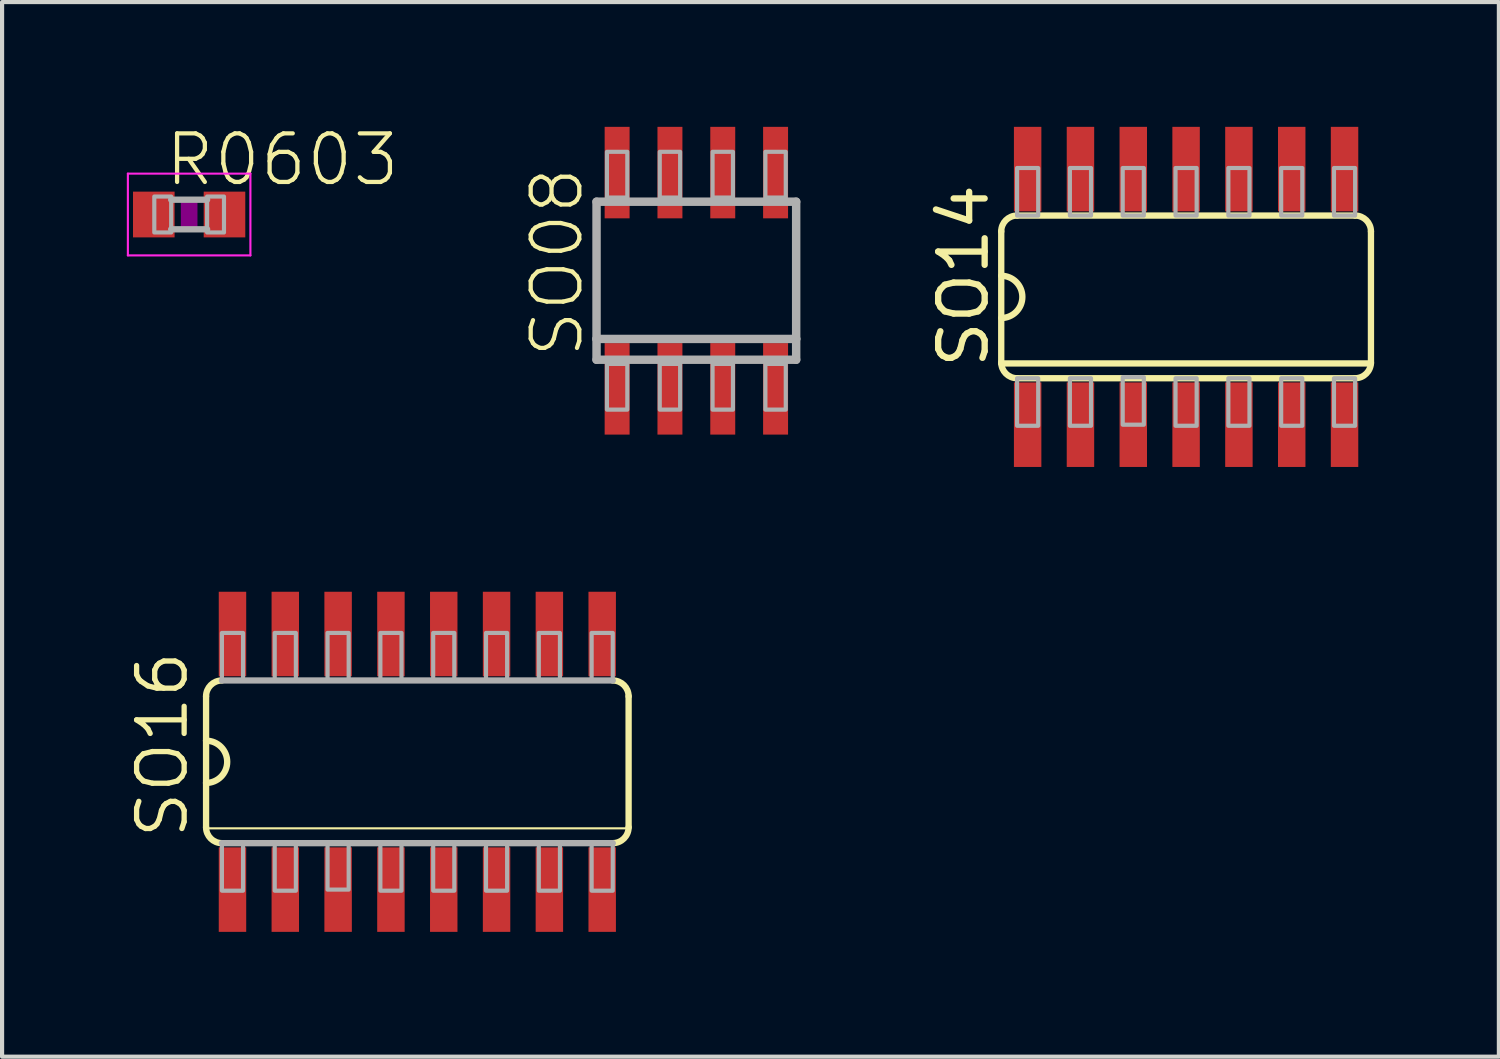
<source format=kicad_pcb>
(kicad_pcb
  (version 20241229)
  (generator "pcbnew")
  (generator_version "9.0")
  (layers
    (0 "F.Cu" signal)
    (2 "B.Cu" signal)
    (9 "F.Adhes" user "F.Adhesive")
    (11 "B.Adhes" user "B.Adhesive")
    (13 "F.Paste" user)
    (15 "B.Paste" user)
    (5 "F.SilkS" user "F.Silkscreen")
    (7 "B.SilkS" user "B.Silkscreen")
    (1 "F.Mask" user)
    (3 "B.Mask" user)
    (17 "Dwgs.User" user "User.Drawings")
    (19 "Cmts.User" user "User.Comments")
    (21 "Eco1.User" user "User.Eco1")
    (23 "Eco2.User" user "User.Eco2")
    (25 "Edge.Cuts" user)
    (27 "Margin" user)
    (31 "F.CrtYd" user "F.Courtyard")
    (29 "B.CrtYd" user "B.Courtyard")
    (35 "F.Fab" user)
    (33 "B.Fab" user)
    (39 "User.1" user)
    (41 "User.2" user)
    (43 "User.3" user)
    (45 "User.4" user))
  (footprint "SO14"
    (layer "F.Cu")
    (at 25.47 4.089)
    (property "Reference" "SO14" (at -4.699 1.778 90) (layer "F.SilkS") (effects (font (size 1.118 1.118) (thickness 0.152)) (justify left bottom)))
    (fp_line (start -4.445 -1.575) (end -4.445 1.575) (stroke (width 0.152) (type solid)) (layer "F.SilkS"))
    (fp_line (start -4.445 1.6) (end 4.445 1.6) (stroke (width 0.152) (type solid)) (layer "F.SilkS"))
    (fp_line (start -4.064 1.956) (end 4.064 1.956) (stroke (width 0.152) (type solid)) (layer "F.SilkS"))
    (fp_line (start 4.064 -1.956) (end -4.064 -1.956) (stroke (width 0.152) (type solid)) (layer "F.SilkS"))
    (fp_line (start 4.445 1.575) (end 4.445 -1.575) (stroke (width 0.152) (type solid)) (layer "F.SilkS"))
    (fp_arc (start -4.445 -1.5748) (mid -4.333408 -1.844208) (end -4.064 -1.9558) (stroke (width 0.1524) (type solid)) (layer "F.SilkS"))
    (fp_arc (start -4.445 -0.508) (mid -3.937 0) (end -4.445 0.508) (stroke (width 0.1524) (type solid)) (layer "F.SilkS"))
    (fp_arc (start -4.064 1.9558) (mid -4.333408 1.844208) (end -4.445 1.5748) (stroke (width 0.1524) (type solid)) (layer "F.SilkS"))
    (fp_arc (start 4.064 -1.9558) (mid 4.333408 -1.844208) (end 4.445 -1.5748) (stroke (width 0.1524) (type solid)) (layer "F.SilkS"))
    (fp_arc (start 4.445 1.5748) (mid 4.333408 1.844208) (end 4.064 1.9558) (stroke (width 0.1524) (type solid)) (layer "F.SilkS"))
    (fp_poly (pts (xy -4.064 -1.956) (xy -3.556 -1.956) (xy -3.556 -3.099) (xy -4.064 -3.099)) (stroke (width 0.1) (type solid)) (fill no) (layer "F.Fab"))
    (fp_poly (pts (xy -4.064 3.099) (xy -3.556 3.099) (xy -3.556 1.956) (xy -4.064 1.956)) (stroke (width 0.1) (type solid)) (fill no) (layer "F.Fab"))
    (fp_poly (pts (xy -2.794 -1.956) (xy -2.286 -1.956) (xy -2.286 -3.099) (xy -2.794 -3.099)) (stroke (width 0.1) (type solid)) (fill no) (layer "F.Fab"))
    (fp_poly (pts (xy -2.794 3.099) (xy -2.286 3.099) (xy -2.286 1.956) (xy -2.794 1.956)) (stroke (width 0.1) (type solid)) (fill no) (layer "F.Fab"))
    (fp_poly (pts (xy -1.524 -1.956) (xy -1.016 -1.956) (xy -1.016 -3.099) (xy -1.524 -3.099)) (stroke (width 0.1) (type solid)) (fill no) (layer "F.Fab"))
    (fp_poly (pts (xy -1.524 3.073) (xy -1.016 3.073) (xy -1.016 1.93) (xy -1.524 1.93)) (stroke (width 0.1) (type solid)) (fill no) (layer "F.Fab"))
    (fp_poly (pts (xy -0.254 -1.956) (xy 0.254 -1.956) (xy 0.254 -3.099) (xy -0.254 -3.099)) (stroke (width 0.1) (type solid)) (fill no) (layer "F.Fab"))
    (fp_poly (pts (xy -0.254 3.099) (xy 0.254 3.099) (xy 0.254 1.956) (xy -0.254 1.956)) (stroke (width 0.1) (type solid)) (fill no) (layer "F.Fab"))
    (fp_poly (pts (xy 1.016 -1.956) (xy 1.524 -1.956) (xy 1.524 -3.099) (xy 1.016 -3.099)) (stroke (width 0.1) (type solid)) (fill no) (layer "F.Fab"))
    (fp_poly (pts (xy 1.016 3.099) (xy 1.524 3.099) (xy 1.524 1.956) (xy 1.016 1.956)) (stroke (width 0.1) (type solid)) (fill no) (layer "F.Fab"))
    (fp_poly (pts (xy 2.286 -1.956) (xy 2.794 -1.956) (xy 2.794 -3.099) (xy 2.286 -3.099)) (stroke (width 0.1) (type solid)) (fill no) (layer "F.Fab"))
    (fp_poly (pts (xy 2.286 3.099) (xy 2.794 3.099) (xy 2.794 1.956) (xy 2.286 1.956)) (stroke (width 0.1) (type solid)) (fill no) (layer "F.Fab"))
    (fp_poly (pts (xy 3.556 -1.956) (xy 4.064 -1.956) (xy 4.064 -3.099) (xy 3.556 -3.099)) (stroke (width 0.1) (type solid)) (fill no) (layer "F.Fab"))
    (fp_poly (pts (xy 3.556 3.099) (xy 4.064 3.099) (xy 4.064 1.956) (xy 3.556 1.956)) (stroke (width 0.1) (type solid)) (fill no) (layer "F.Fab"))
    (pad "1" smd rect (at -3.81 3.073) (size 0.66 2.032) (layers "F.Cu" "F.Mask" "F.Paste"))
    (pad "2" smd rect (at -2.54 3.073) (size 0.66 2.032) (layers "F.Cu" "F.Mask" "F.Paste"))
    (pad "3" smd rect (at -1.27 3.073) (size 0.66 2.032) (layers "F.Cu" "F.Mask" "F.Paste"))
    (pad "4" smd rect (at 0 3.073) (size 0.66 2.032) (layers "F.Cu" "F.Mask" "F.Paste"))
    (pad "5" smd rect (at 1.27 3.073) (size 0.66 2.032) (layers "F.Cu" "F.Mask" "F.Paste"))
    (pad "6" smd rect (at 2.54 3.073) (size 0.66 2.032) (layers "F.Cu" "F.Mask" "F.Paste"))
    (pad "7" smd rect (at 3.81 3.073) (size 0.66 2.032) (layers "F.Cu" "F.Mask" "F.Paste"))
    (pad "8" smd rect (at 3.81 -3.073) (size 0.66 2.032) (layers "F.Cu" "F.Mask" "F.Paste"))
    (pad "9" smd rect (at 2.54 -3.073) (size 0.66 2.032) (layers "F.Cu" "F.Mask" "F.Paste"))
    (pad "10" smd rect (at 1.27 -3.073) (size 0.66 2.032) (layers "F.Cu" "F.Mask" "F.Paste"))
    (pad "11" smd rect (at 0 -3.073) (size 0.66 2.032) (layers "F.Cu" "F.Mask" "F.Paste"))
    (pad "12" smd rect (at -1.27 -3.073) (size 0.66 2.032) (layers "F.Cu" "F.Mask" "F.Paste"))
    (pad "13" smd rect (at -2.54 -3.073) (size 0.66 2.032) (layers "F.Cu" "F.Mask" "F.Paste"))
    (pad "14" smd rect (at -3.81 -3.073) (size 0.66 2.032) (layers "F.Cu" "F.Mask" "F.Paste")))
  (footprint "R0603"
    (layer "F.Cu")
    (at 1.498 2.108)
    (property "Reference" "R0603" (at -0.635 -0.635 0) (layer "F.SilkS") (effects (font (size 1.168 1.168) (thickness 0.102)) (justify left bottom)))
    (fp_poly (pts (xy -0.2 0.4) (xy 0.2 0.4) (xy 0.2 -0.4) (xy -0.2 -0.4)) (stroke (width 0) (type solid)) (fill yes) (layer "F.Adhes"))
    (fp_line (start -1.473 -0.983) (end 1.473 -0.983) (stroke (width 0.051) (type solid)) (layer "F.CrtYd"))
    (fp_line (start -1.473 0.983) (end -1.473 -0.983) (stroke (width 0.051) (type solid)) (layer "F.CrtYd"))
    (fp_line (start 1.473 -0.983) (end 1.473 0.983) (stroke (width 0.051) (type solid)) (layer "F.CrtYd"))
    (fp_line (start 1.473 0.983) (end -1.473 0.983) (stroke (width 0.051) (type solid)) (layer "F.CrtYd"))
    (fp_line (start -0.432 0.356) (end 0.432 0.356) (stroke (width 0.152) (type solid)) (layer "F.Fab"))
    (fp_line (start 0.432 -0.356) (end -0.432 -0.356) (stroke (width 0.152) (type solid)) (layer "F.Fab"))
    (fp_poly (pts (xy -0.838 0.432) (xy -0.432 0.432) (xy -0.432 -0.432) (xy -0.838 -0.432)) (stroke (width 0.1) (type solid)) (fill no) (layer "F.Fab"))
    (fp_poly (pts (xy 0.432 0.432) (xy 0.838 0.432) (xy 0.838 -0.432) (xy 0.432 -0.432)) (stroke (width 0.1) (type solid)) (fill no) (layer "F.Fab"))
    (pad "1" smd rect (at -0.85 0) (size 1 1.1) (layers "F.Cu" "F.Mask" "F.Paste"))
    (pad "2" smd rect (at 0.85 0) (size 1 1.1) (layers "F.Cu" "F.Mask" "F.Paste")))
  (footprint "SO16"
    (layer "F.Cu")
    (at 6.985 15.268)
    (property "Reference" "SO16" (at -5.461 1.905 90) (layer "F.SilkS") (effects (font (size 1.143 1.143) (thickness 0.127)) (justify left bottom)))
    (fp_line (start -5.08 -1.575) (end -5.08 -0.508) (stroke (width 0.152) (type solid)) (layer "F.SilkS"))
    (fp_line (start -5.08 -0.508) (end -5.08 0.508) (stroke (width 0.152) (type solid)) (layer "F.SilkS"))
    (fp_line (start -5.08 0.508) (end -5.08 1.575) (stroke (width 0.152) (type solid)) (layer "F.SilkS"))
    (fp_line (start -5.08 1.6) (end 5.08 1.6) (stroke (width 0.051) (type solid)) (layer "F.SilkS"))
    (fp_line (start 5.08 1.575) (end 5.08 -1.575) (stroke (width 0.152) (type solid)) (layer "F.SilkS"))
    (fp_arc (start -5.08 -1.5748) (mid -4.968408 -1.844208) (end -4.699 -1.9558) (stroke (width 0.1524) (type solid)) (layer "F.SilkS"))
    (fp_arc (start -5.08 -0.508) (mid -4.572 0) (end -5.08 0.508) (stroke (width 0.1524) (type solid)) (layer "F.SilkS"))
    (fp_arc (start -4.699 1.9558) (mid -4.968408 1.844208) (end -5.08 1.5748) (stroke (width 0.1524) (type solid)) (layer "F.SilkS"))
    (fp_arc (start 4.699 -1.9558) (mid 4.968408 -1.844208) (end 5.08 -1.5748) (stroke (width 0.1524) (type solid)) (layer "F.SilkS"))
    (fp_arc (start 5.08 1.5748) (mid 4.968408 1.844208) (end 4.699 1.9558) (stroke (width 0.1524) (type solid)) (layer "F.SilkS"))
    (fp_line (start -4.699 1.956) (end 4.699 1.956) (stroke (width 0.152) (type solid)) (layer "F.Fab"))
    (fp_line (start 4.699 -1.956) (end -4.699 -1.956) (stroke (width 0.152) (type solid)) (layer "F.Fab"))
    (fp_poly (pts (xy -4.699 -1.956) (xy -4.191 -1.956) (xy -4.191 -3.099) (xy -4.699 -3.099)) (stroke (width 0.1) (type solid)) (fill no) (layer "F.Fab"))
    (fp_poly (pts (xy -4.699 3.099) (xy -4.191 3.099) (xy -4.191 1.956) (xy -4.699 1.956)) (stroke (width 0.1) (type solid)) (fill no) (layer "F.Fab"))
    (fp_poly (pts (xy -3.429 -1.956) (xy -2.921 -1.956) (xy -2.921 -3.099) (xy -3.429 -3.099)) (stroke (width 0.1) (type solid)) (fill no) (layer "F.Fab"))
    (fp_poly (pts (xy -3.429 3.099) (xy -2.921 3.099) (xy -2.921 1.956) (xy -3.429 1.956)) (stroke (width 0.1) (type solid)) (fill no) (layer "F.Fab"))
    (fp_poly (pts (xy -2.159 -1.956) (xy -1.651 -1.956) (xy -1.651 -3.099) (xy -2.159 -3.099)) (stroke (width 0.1) (type solid)) (fill no) (layer "F.Fab"))
    (fp_poly (pts (xy -2.159 3.073) (xy -1.651 3.073) (xy -1.651 1.93) (xy -2.159 1.93)) (stroke (width 0.1) (type solid)) (fill no) (layer "F.Fab"))
    (fp_poly (pts (xy -0.889 -1.956) (xy -0.381 -1.956) (xy -0.381 -3.099) (xy -0.889 -3.099)) (stroke (width 0.1) (type solid)) (fill no) (layer "F.Fab"))
    (fp_poly (pts (xy -0.889 3.099) (xy -0.381 3.099) (xy -0.381 1.956) (xy -0.889 1.956)) (stroke (width 0.1) (type solid)) (fill no) (layer "F.Fab"))
    (fp_poly (pts (xy 0.381 -1.956) (xy 0.889 -1.956) (xy 0.889 -3.099) (xy 0.381 -3.099)) (stroke (width 0.1) (type solid)) (fill no) (layer "F.Fab"))
    (fp_poly (pts (xy 0.381 3.099) (xy 0.889 3.099) (xy 0.889 1.956) (xy 0.381 1.956)) (stroke (width 0.1) (type solid)) (fill no) (layer "F.Fab"))
    (fp_poly (pts (xy 1.651 -1.956) (xy 2.159 -1.956) (xy 2.159 -3.099) (xy 1.651 -3.099)) (stroke (width 0.1) (type solid)) (fill no) (layer "F.Fab"))
    (fp_poly (pts (xy 1.651 3.099) (xy 2.159 3.099) (xy 2.159 1.956) (xy 1.651 1.956)) (stroke (width 0.1) (type solid)) (fill no) (layer "F.Fab"))
    (fp_poly (pts (xy 2.921 -1.956) (xy 3.429 -1.956) (xy 3.429 -3.099) (xy 2.921 -3.099)) (stroke (width 0.1) (type solid)) (fill no) (layer "F.Fab"))
    (fp_poly (pts (xy 2.921 3.099) (xy 3.429 3.099) (xy 3.429 1.956) (xy 2.921 1.956)) (stroke (width 0.1) (type solid)) (fill no) (layer "F.Fab"))
    (fp_poly (pts (xy 4.191 -1.956) (xy 4.699 -1.956) (xy 4.699 -3.099) (xy 4.191 -3.099)) (stroke (width 0.1) (type solid)) (fill no) (layer "F.Fab"))
    (fp_poly (pts (xy 4.191 3.099) (xy 4.699 3.099) (xy 4.699 1.956) (xy 4.191 1.956)) (stroke (width 0.1) (type solid)) (fill no) (layer "F.Fab"))
    (pad "1" smd rect (at -4.445 3.073) (size 0.66 2.032) (layers "F.Cu" "F.Mask" "F.Paste"))
    (pad "2" smd rect (at -3.175 3.073) (size 0.66 2.032) (layers "F.Cu" "F.Mask" "F.Paste"))
    (pad "3" smd rect (at -1.905 3.073) (size 0.66 2.032) (layers "F.Cu" "F.Mask" "F.Paste"))
    (pad "4" smd rect (at -0.635 3.073) (size 0.66 2.032) (layers "F.Cu" "F.Mask" "F.Paste"))
    (pad "5" smd rect (at 0.635 3.073) (size 0.66 2.032) (layers "F.Cu" "F.Mask" "F.Paste"))
    (pad "6" smd rect (at 1.905 3.073) (size 0.66 2.032) (layers "F.Cu" "F.Mask" "F.Paste"))
    (pad "7" smd rect (at 3.175 3.073) (size 0.66 2.032) (layers "F.Cu" "F.Mask" "F.Paste"))
    (pad "8" smd rect (at 4.445 3.073) (size 0.66 2.032) (layers "F.Cu" "F.Mask" "F.Paste"))
    (pad "9" smd rect (at 4.445 -3.073) (size 0.66 2.032) (layers "F.Cu" "F.Mask" "F.Paste"))
    (pad "10" smd rect (at 3.175 -3.073) (size 0.66 2.032) (layers "F.Cu" "F.Mask" "F.Paste"))
    (pad "11" smd rect (at 1.905 -3.073) (size 0.66 2.032) (layers "F.Cu" "F.Mask" "F.Paste"))
    (pad "12" smd rect (at 0.635 -3.073) (size 0.66 2.032) (layers "F.Cu" "F.Mask" "F.Paste"))
    (pad "13" smd rect (at -0.635 -3.073) (size 0.66 2.032) (layers "F.Cu" "F.Mask" "F.Paste"))
    (pad "14" smd rect (at -1.905 -3.073) (size 0.66 2.032) (layers "F.Cu" "F.Mask" "F.Paste"))
    (pad "15" smd rect (at -3.175 -3.073) (size 0.66 2.032) (layers "F.Cu" "F.Mask" "F.Paste"))
    (pad "16" smd rect (at -4.445 -3.073) (size 0.66 2.032) (layers "F.Cu" "F.Mask" "F.Paste")))
  (footprint "SO08"
    (layer "F.Cu")
    (at 13.694 3.7)
    (property "Reference" "SO08" (at -2.667 1.905 90) (layer "F.SilkS") (effects (font (size 1.168 1.168) (thickness 0.102)) (justify left bottom)))
    (fp_line (start -2.4 -1.9) (end 2.4 -1.9) (stroke (width 0.203) (type solid)) (layer "F.Fab"))
    (fp_line (start -2.4 1.4) (end -2.4 -1.9) (stroke (width 0.203) (type solid)) (layer "F.Fab"))
    (fp_line (start -2.4 1.9) (end -2.4 1.4) (stroke (width 0.203) (type solid)) (layer "F.Fab"))
    (fp_line (start 2.4 -1.9) (end 2.4 1.4) (stroke (width 0.203) (type solid)) (layer "F.Fab"))
    (fp_line (start 2.4 1.4) (end -2.4 1.4) (stroke (width 0.203) (type solid)) (layer "F.Fab"))
    (fp_line (start 2.4 1.4) (end 2.4 1.9) (stroke (width 0.203) (type solid)) (layer "F.Fab"))
    (fp_line (start 2.4 1.9) (end -2.4 1.9) (stroke (width 0.203) (type solid)) (layer "F.Fab"))
    (fp_poly (pts (xy -2.15 -2) (xy -1.66 -2) (xy -1.66 -3.1) (xy -2.15 -3.1)) (stroke (width 0.1) (type solid)) (fill no) (layer "F.Fab"))
    (fp_poly (pts (xy -2.15 3.1) (xy -1.66 3.1) (xy -1.66 2) (xy -2.15 2)) (stroke (width 0.1) (type solid)) (fill no) (layer "F.Fab"))
    (fp_poly (pts (xy -0.88 -2) (xy -0.39 -2) (xy -0.39 -3.1) (xy -0.88 -3.1)) (stroke (width 0.1) (type solid)) (fill no) (layer "F.Fab"))
    (fp_poly (pts (xy -0.88 3.1) (xy -0.39 3.1) (xy -0.39 2) (xy -0.88 2)) (stroke (width 0.1) (type solid)) (fill no) (layer "F.Fab"))
    (fp_poly (pts (xy 0.39 -2) (xy 0.88 -2) (xy 0.88 -3.1) (xy 0.39 -3.1)) (stroke (width 0.1) (type solid)) (fill no) (layer "F.Fab"))
    (fp_poly (pts (xy 0.39 3.1) (xy 0.88 3.1) (xy 0.88 2) (xy 0.39 2)) (stroke (width 0.1) (type solid)) (fill no) (layer "F.Fab"))
    (fp_poly (pts (xy 1.66 -2) (xy 2.15 -2) (xy 2.15 -3.1) (xy 1.66 -3.1)) (stroke (width 0.1) (type solid)) (fill no) (layer "F.Fab"))
    (fp_poly (pts (xy 1.66 3.1) (xy 2.15 3.1) (xy 2.15 2) (xy 1.66 2)) (stroke (width 0.1) (type solid)) (fill no) (layer "F.Fab"))
    (pad "1" smd rect (at -1.905 2.6) (size 0.6 2.2) (layers "F.Cu" "F.Mask" "F.Paste"))
    (pad "2" smd rect (at -0.635 2.6) (size 0.6 2.2) (layers "F.Cu" "F.Mask" "F.Paste"))
    (pad "3" smd rect (at 0.635 2.6) (size 0.6 2.2) (layers "F.Cu" "F.Mask" "F.Paste"))
    (pad "4" smd rect (at 1.905 2.6) (size 0.6 2.2) (layers "F.Cu" "F.Mask" "F.Paste"))
    (pad "5" smd rect (at 1.905 -2.6) (size 0.6 2.2) (layers "F.Cu" "F.Mask" "F.Paste"))
    (pad "6" smd rect (at 0.635 -2.6) (size 0.6 2.2) (layers "F.Cu" "F.Mask" "F.Paste"))
    (pad "7" smd rect (at -0.635 -2.6) (size 0.6 2.2) (layers "F.Cu" "F.Mask" "F.Paste"))
    (pad "8" smd rect (at -1.905 -2.6) (size 0.6 2.2) (layers "F.Cu" "F.Mask" "F.Paste")))
  (gr_rect
    (start -3 -3)
    (end 32.991 22.358)
    (stroke (width 0.1) (type default))
    (fill no)
    (layer "Edge.Cuts")))
</source>
